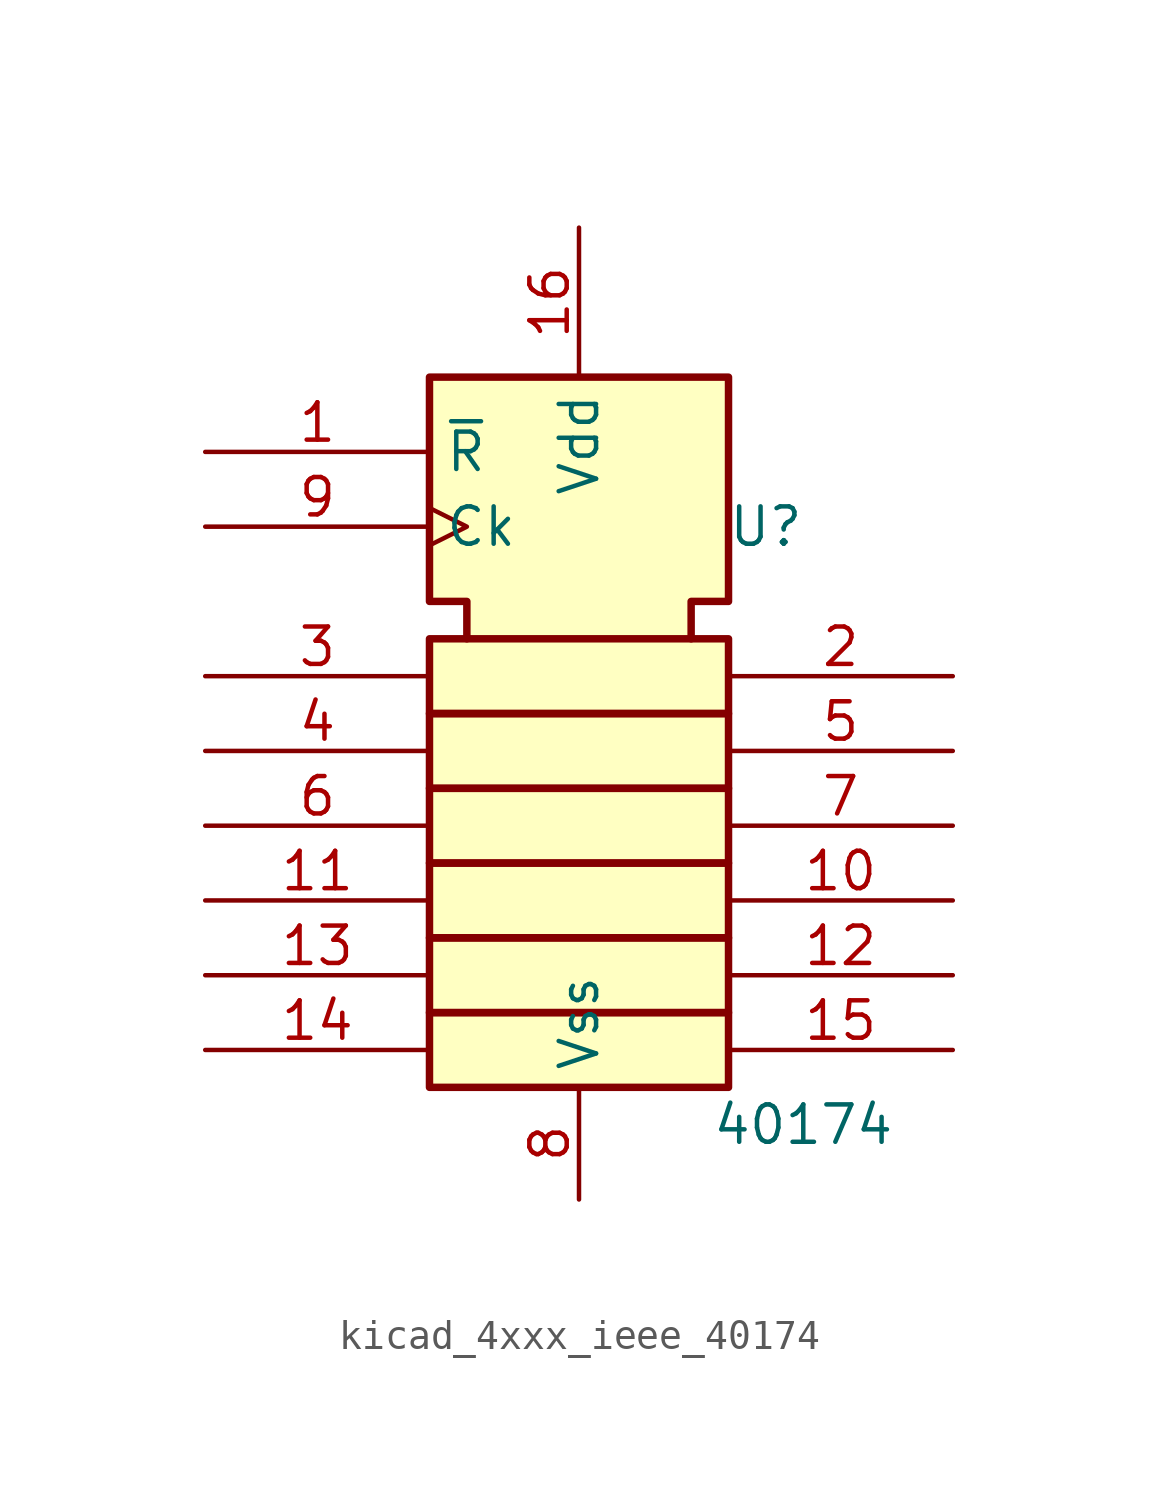
<source format=kicad_sym>
(kicad_symbol_lib
  (version 20220914)
  (generator kicad_symbol_editor)
  (symbol "kicad_4xxx_ieee_40174"
    (property "Reference" "U"
      (at 6.35 7.62 0)
      (effects (font (size 1.27 1.27))))
    (property "Value" "40174"
      (at 7.62 -12.7 0)
      (effects (font (size 1.27 1.27))))
    (symbol "kicad_4xxx_ieee_40174_0_0"
      (pin input line (at -12.7 10.16 0) (length 7.62) (name "~{R}" (effects (font (size 1.27 1.27)))) (number "1" (effects (font (size 1.27 1.27)))))
      (pin power_in line (at 0 17.78 270) (length 5.08) (name "Vdd" (effects (font (size 1.27 1.27)))) (number "16" (effects (font (size 1.27 1.27)))))
      (pin power_in line (at 0 -15.24 90) (length 3.81) (name "Vss" (effects (font (size 1.27 1.27)))) (number "8" (effects (font (size 1.27 1.27)))))
      (pin input clock (at -12.7 7.62 0) (length 7.62) (name "Ck" (effects (font (size 1.27 1.27)))) (number "9" (effects (font (size 1.27 1.27))))))
    (symbol "kicad_4xxx_ieee_40174_0_1"
      (rectangle (start -5.08 -8.89) (end 5.08 -11.43) (stroke (width 0.254) (type default)) (fill (type background)))
      (rectangle (start -5.08 -6.35) (end 5.08 -8.89) (stroke (width 0.254) (type default)) (fill (type background)))
      (rectangle (start -5.08 -3.81) (end 5.08 -6.35) (stroke (width 0.254) (type default)) (fill (type background)))
      (rectangle (start -5.08 -1.27) (end 5.08 -3.81) (stroke (width 0.254) (type default)) (fill (type background)))
      (rectangle (start -5.08 1.27) (end 5.08 -1.27) (stroke (width 0.254) (type default)) (fill (type background)))
      (rectangle (start -5.08 3.81) (end 5.08 1.27) (stroke (width 0.254) (type default)) (fill (type background)))
      (polyline (pts (xy -3.81 3.81) (xy -3.81 5.08) (xy -5.08 5.08) (xy -5.08 12.7) (xy 5.08 12.7) (xy 5.08 5.08) (xy 3.81 5.08) (xy 3.81 3.81) (xy 3.81 3.81)) (stroke (width 0.254) (type default)) (fill (type background))))
    (symbol "kicad_4xxx_ieee_40174_1_0"
      (pin output line (at 12.7 -5.08 180) (length 7.62) (name "~" (effects (font (size 1.27 1.27)))) (number "10" (effects (font (size 1.27 1.27)))))
      (pin input line (at -12.7 -5.08 0) (length 7.62) (name "~" (effects (font (size 1.27 1.27)))) (number "11" (effects (font (size 1.27 1.27)))))
      (pin output line (at 12.7 -7.62 180) (length 7.62) (name "~" (effects (font (size 1.27 1.27)))) (number "12" (effects (font (size 1.27 1.27)))))
      (pin input line (at -12.7 -7.62 0) (length 7.62) (name "~" (effects (font (size 1.27 1.27)))) (number "13" (effects (font (size 1.27 1.27)))))
      (pin input line (at -12.7 -10.16 0) (length 7.62) (name "~" (effects (font (size 1.27 1.27)))) (number "14" (effects (font (size 1.27 1.27)))))
      (pin output line (at 12.7 -10.16 180) (length 7.62) (name "~" (effects (font (size 1.27 1.27)))) (number "15" (effects (font (size 1.27 1.27)))))
      (pin output line (at 12.7 2.54 180) (length 7.62) (name "~" (effects (font (size 1.27 1.27)))) (number "2" (effects (font (size 1.27 1.27)))))
      (pin input line (at -12.7 2.54 0) (length 7.62) (name "~" (effects (font (size 1.27 1.27)))) (number "3" (effects (font (size 1.27 1.27)))))
      (pin input line (at -12.7 0 0) (length 7.62) (name "~" (effects (font (size 1.27 1.27)))) (number "4" (effects (font (size 1.27 1.27)))))
      (pin output line (at 12.7 0 180) (length 7.62) (name "~" (effects (font (size 1.27 1.27)))) (number "5" (effects (font (size 1.27 1.27)))))
      (pin input line (at -12.7 -2.54 0) (length 7.62) (name "~" (effects (font (size 1.27 1.27)))) (number "6" (effects (font (size 1.27 1.27)))))
      (pin output line (at 12.7 -2.54 180) (length 7.62) (name "~" (effects (font (size 1.27 1.27)))) (number "7" (effects (font (size 1.27 1.27))))))))
</source>
